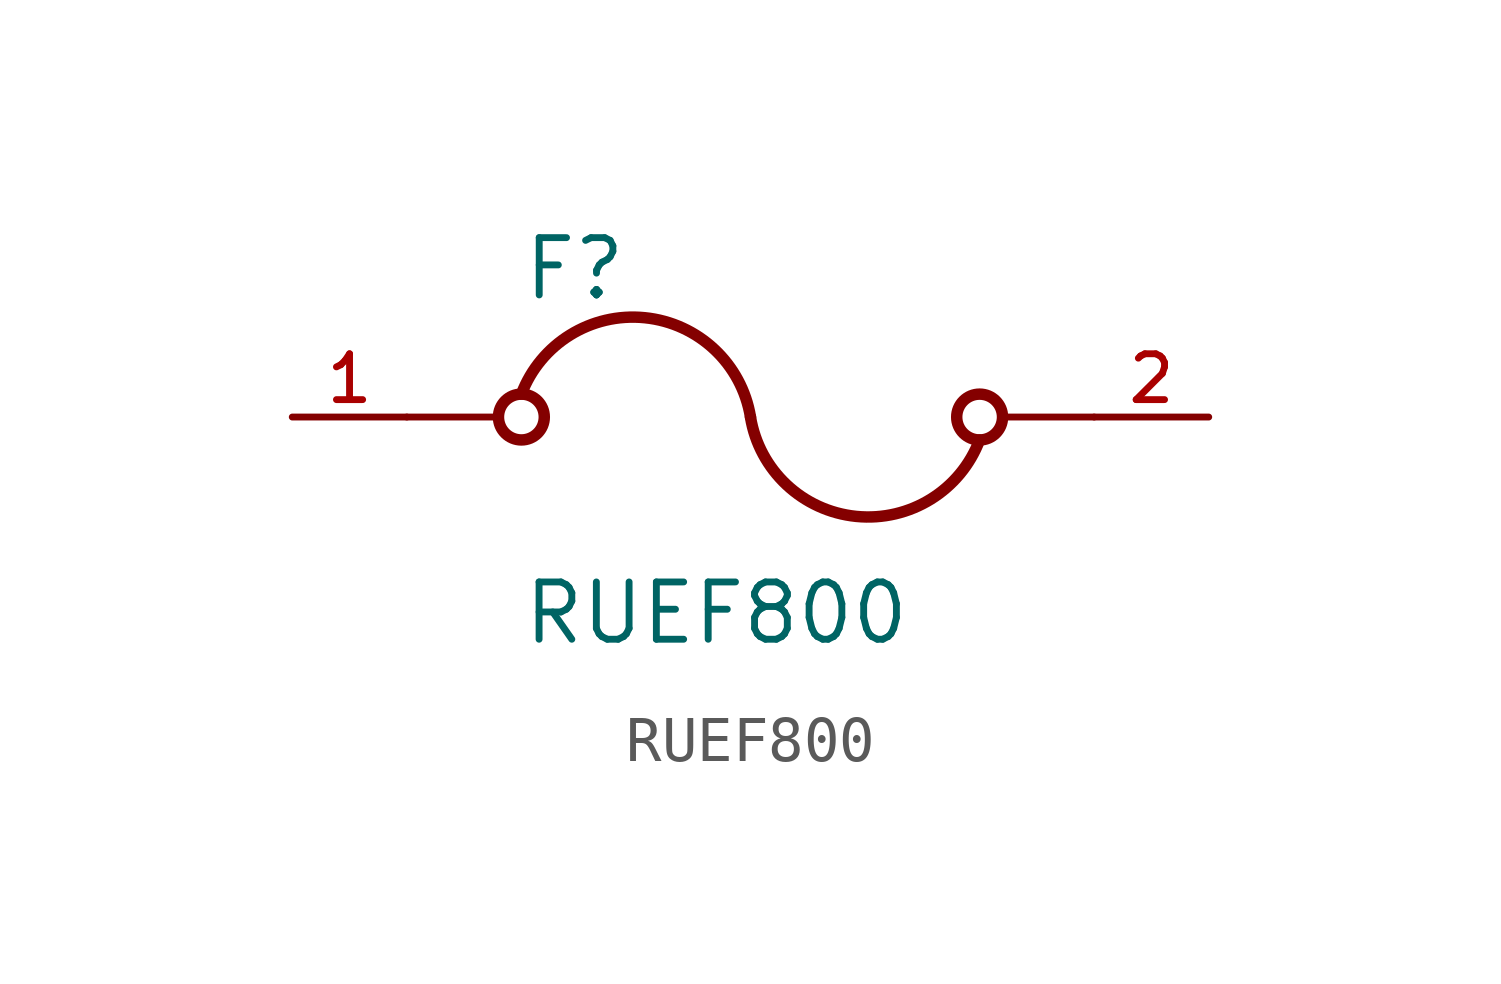
<source format=kicad_sym>
(kicad_symbol_lib
  (version 20231120)
  (generator "kicad_symbol_editor")
  (generator_version "8.0")
  (symbol "RUEF800"
    (pin_names
      (offset 1.016))
    (property "Reference" "F"
      (at -5.087 2.544 0)
      (effects (font (size 1.27 1.27)) (justify left bottom)))
    (property "Value" "RUEF800"
      (at -5.09 -5.09 0)
      (effects (font (size 1.27 1.27)) (justify left bottom)))
    (symbol "RUEF800_0_0"
      (circle (center -5.08 0) (radius 0.508) (stroke (width 0.254) (type default)) (fill (type none)))
      (arc (start 0 0) (mid -2.3451 2.203) (end -5.08 0.508) (stroke (width 0.254) (type default)) (fill (type none)))
      (polyline (pts (xy -7.62 0) (xy -5.588 0)) (stroke (width 0.152) (type default)) (fill (type none)))
      (polyline (pts (xy 5.588 0) (xy 7.62 0)) (stroke (width 0.152) (type default)) (fill (type none)))
      (arc (start 0 0) (mid 2.3451 -2.203) (end 5.08 -0.508) (stroke (width 0.254) (type default)) (fill (type none)))
      (circle (center 5.08 0) (radius 0.508) (stroke (width 0.254) (type default)) (fill (type none)))
      (pin passive line (at -10.16 0 0) (length 2.54) (name "~" (effects (font (size 1.016 1.016)))) (number "1" (effects (font (size 1.016 1.016)))))
      (pin passive line (at 10.16 0 180) (length 2.54) (name "~" (effects (font (size 1.016 1.016)))) (number "2" (effects (font (size 1.016 1.016))))))))
</source>
